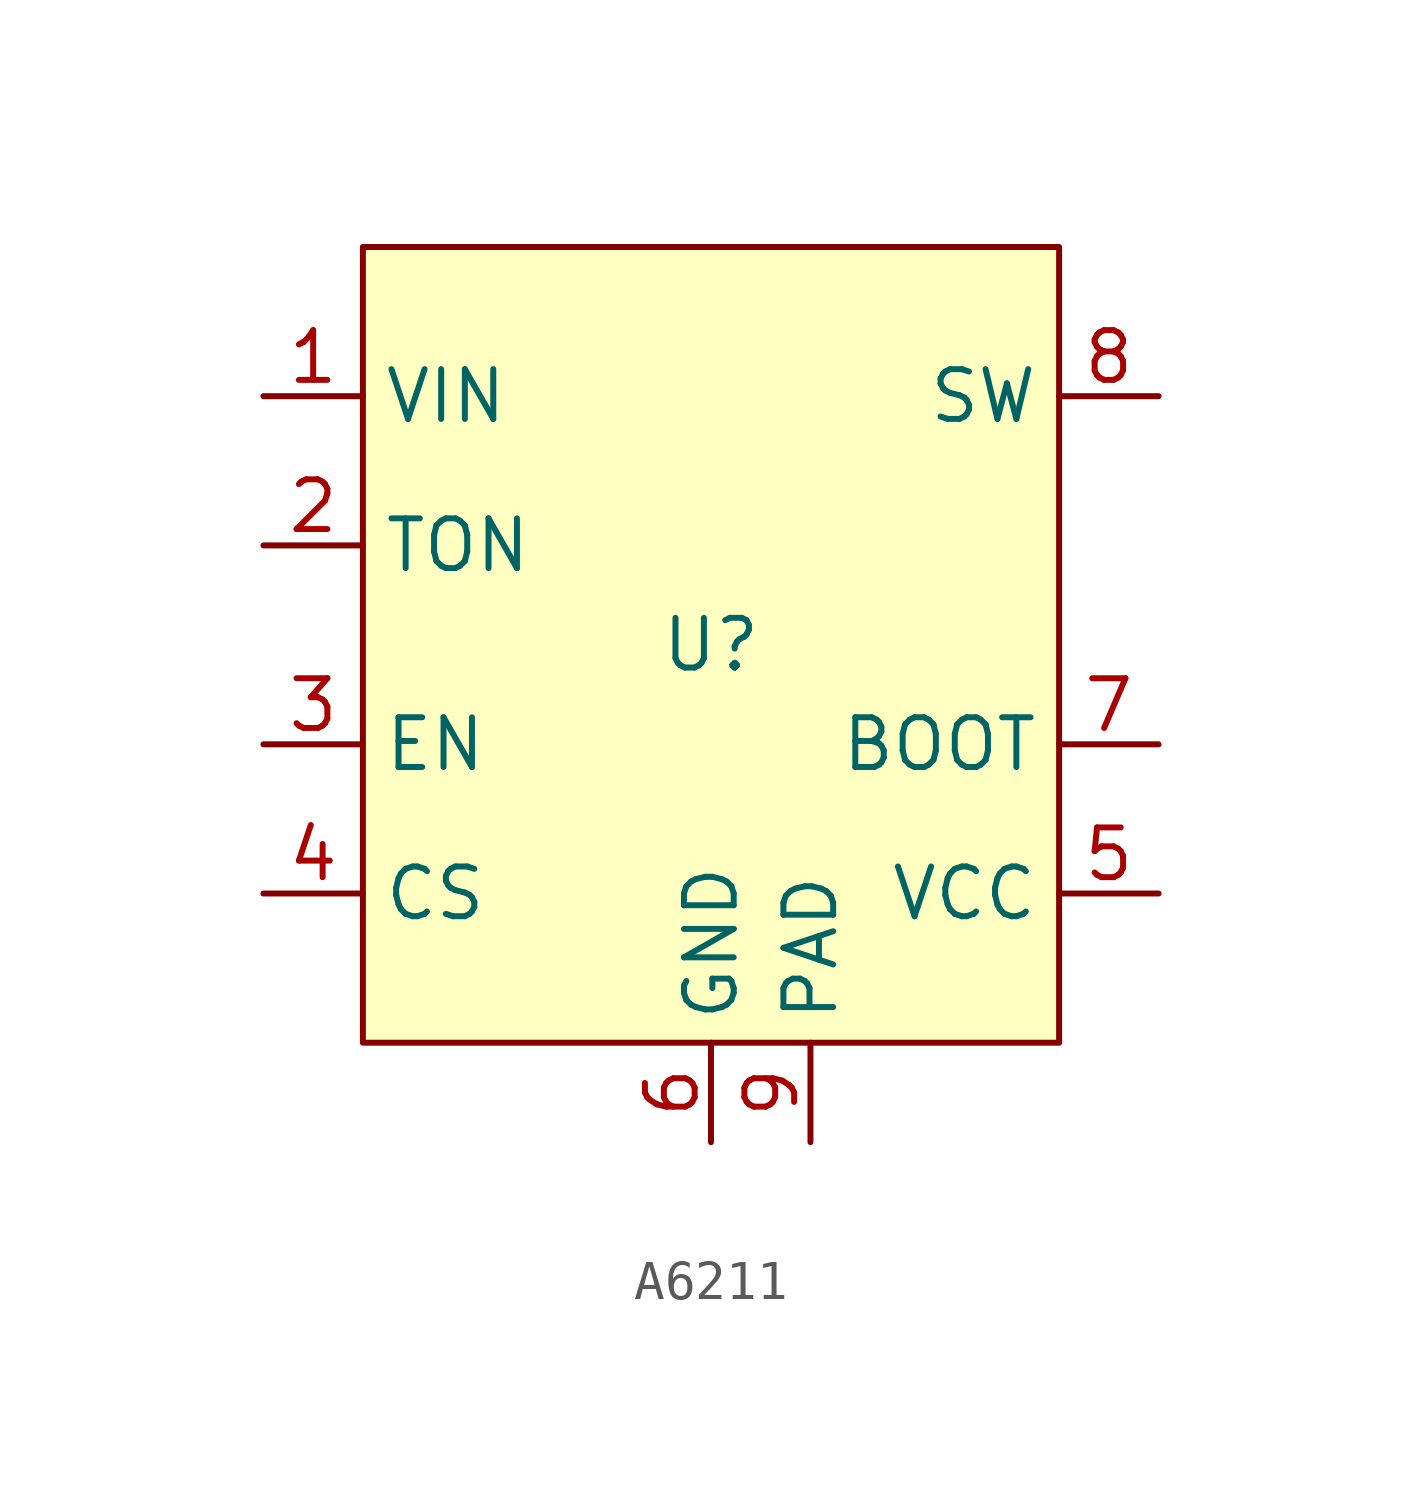
<source format=kicad_sym>
(kicad_symbol_lib
  (version 20231120)
  (generator "kicad_symbol_editor")
  (generator_version "8.0")
  (symbol "A6211"
    (property "Reference" "U"
      (at 0 0 0)
      (effects (font (size 1.27 1.27))))
    (property "Value" ""
      (at 2.54 0 0)
      (effects (font (size 1.27 1.27))))
    (symbol "A6211_1_1"
      (rectangle (start -8.89 10.16) (end 8.89 -10.16) (stroke (width 0) (type default)) (fill (type background)))
      (pin power_in line (at -11.43 6.35 0) (length 2.54) (name "VIN" (effects (font (size 1.27 1.27)))) (number "1" (effects (font (size 1.27 1.27)))))
      (pin input line (at -11.43 2.54 0) (length 2.54) (name "TON" (effects (font (size 1.27 1.27)))) (number "2" (effects (font (size 1.27 1.27)))))
      (pin input line (at -11.43 -2.54 0) (length 2.54) (name "EN" (effects (font (size 1.27 1.27)))) (number "3" (effects (font (size 1.27 1.27)))))
      (pin output line (at -11.43 -6.35 0) (length 2.54) (name "CS" (effects (font (size 1.27 1.27)))) (number "4" (effects (font (size 1.27 1.27)))))
      (pin power_out line (at 11.43 -6.35 180) (length 2.54) (name "VCC" (effects (font (size 1.27 1.27)))) (number "5" (effects (font (size 1.27 1.27)))))
      (pin power_out line (at 0 -12.7 90) (length 2.54) (name "GND" (effects (font (size 1.27 1.27)))) (number "6" (effects (font (size 1.27 1.27)))))
      (pin input line (at 11.43 -2.54 180) (length 2.54) (name "BOOT" (effects (font (size 1.27 1.27)))) (number "7" (effects (font (size 1.27 1.27)))))
      (pin power_out line (at 11.43 6.35 180) (length 2.54) (name "SW" (effects (font (size 1.27 1.27)))) (number "8" (effects (font (size 1.27 1.27)))))
      (pin power_out line (at 2.54 -12.7 90) (length 2.54) (name "PAD" (effects (font (size 1.27 1.27)))) (number "9" (effects (font (size 1.27 1.27))))))))
</source>
